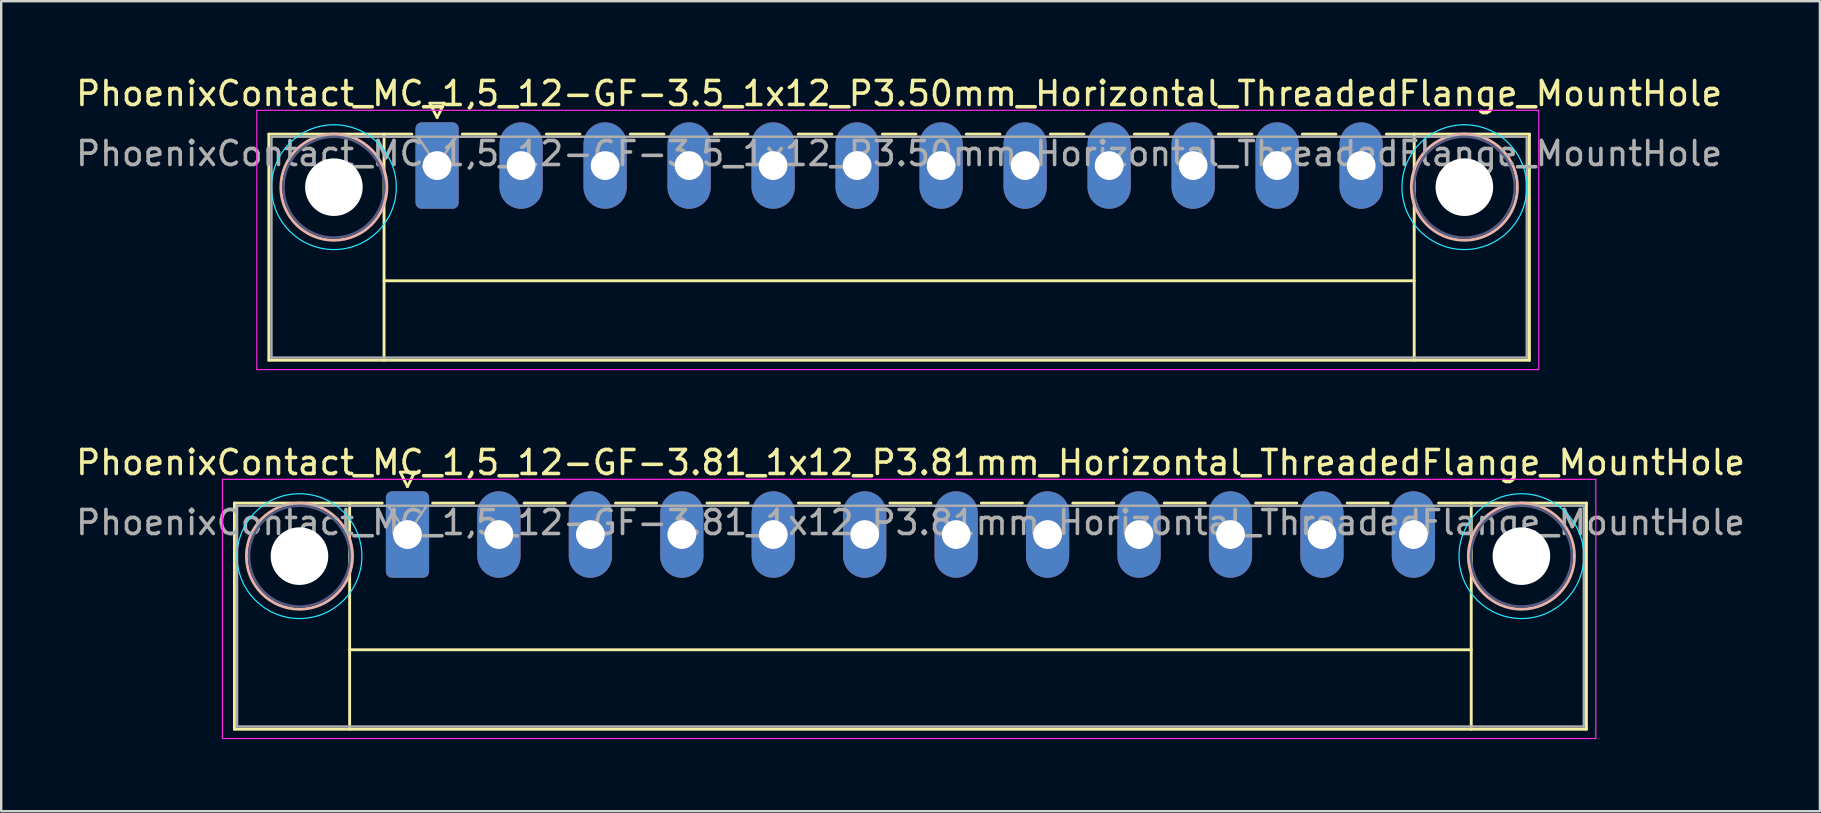
<source format=kicad_pcb>
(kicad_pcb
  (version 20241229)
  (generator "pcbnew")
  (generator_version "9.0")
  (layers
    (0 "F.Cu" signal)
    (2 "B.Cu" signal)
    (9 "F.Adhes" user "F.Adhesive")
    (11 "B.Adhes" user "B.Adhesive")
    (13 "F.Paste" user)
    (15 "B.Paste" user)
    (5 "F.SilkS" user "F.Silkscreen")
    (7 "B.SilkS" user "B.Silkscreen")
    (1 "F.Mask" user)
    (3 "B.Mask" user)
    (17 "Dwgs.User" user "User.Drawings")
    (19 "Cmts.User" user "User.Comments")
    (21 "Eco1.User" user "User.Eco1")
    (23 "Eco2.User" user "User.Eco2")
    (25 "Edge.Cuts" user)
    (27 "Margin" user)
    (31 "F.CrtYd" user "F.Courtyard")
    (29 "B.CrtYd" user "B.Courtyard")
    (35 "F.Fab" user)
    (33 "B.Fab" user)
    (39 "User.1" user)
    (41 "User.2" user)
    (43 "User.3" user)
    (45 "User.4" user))
  (footprint "PhoenixContact_MC_1,5_12-GF-3.81_1x12_P3.81mm_Horizontal_ThreadedFlange_MountHole"
    (layer "F.Cu")
    (at 13.927 19.221)
    (property "Reference" "PhoenixContact_MC_1,5_12-GF-3.81_1x12_P3.81mm_Horizontal_ThreadedFlange_MountHole" (at 20.96 -3 0) (layer "F.SilkS") (effects (font (size 1 1) (thickness 0.15))))
    (attr through_hole)
    (fp_line (start -7.21 -1.31) (end -7.21 8.11) (stroke (width 0.12) (type solid)) (layer "F.SilkS"))
    (fp_line (start -7.21 -1.31) (end -1.05 -1.31) (stroke (width 0.12) (type solid)) (layer "F.SilkS"))
    (fp_line (start -7.21 8.11) (end 49.12 8.11) (stroke (width 0.12) (type solid)) (layer "F.SilkS"))
    (fp_line (start -2.41 -1.31) (end -2.41 8.11) (stroke (width 0.12) (type solid)) (layer "F.SilkS"))
    (fp_line (start -2.41 4.8) (end 44.32 4.8) (stroke (width 0.12) (type solid)) (layer "F.SilkS"))
    (fp_line (start -0.3 -2.6) (end 0.3 -2.6) (stroke (width 0.12) (type solid)) (layer "F.SilkS"))
    (fp_line (start 0 -2) (end -0.3 -2.6) (stroke (width 0.12) (type solid)) (layer "F.SilkS"))
    (fp_line (start 0.3 -2.6) (end 0 -2) (stroke (width 0.12) (type solid)) (layer "F.SilkS"))
    (fp_line (start 1.05 -1.31) (end 2.76 -1.31) (stroke (width 0.12) (type solid)) (layer "F.SilkS"))
    (fp_line (start 4.86 -1.31) (end 6.57 -1.31) (stroke (width 0.12) (type solid)) (layer "F.SilkS"))
    (fp_line (start 8.67 -1.31) (end 10.38 -1.31) (stroke (width 0.12) (type solid)) (layer "F.SilkS"))
    (fp_line (start 12.48 -1.31) (end 14.19 -1.31) (stroke (width 0.12) (type solid)) (layer "F.SilkS"))
    (fp_line (start 16.29 -1.31) (end 18 -1.31) (stroke (width 0.12) (type solid)) (layer "F.SilkS"))
    (fp_line (start 20.1 -1.31) (end 21.81 -1.31) (stroke (width 0.12) (type solid)) (layer "F.SilkS"))
    (fp_line (start 23.91 -1.31) (end 25.62 -1.31) (stroke (width 0.12) (type solid)) (layer "F.SilkS"))
    (fp_line (start 27.72 -1.31) (end 29.43 -1.31) (stroke (width 0.12) (type solid)) (layer "F.SilkS"))
    (fp_line (start 31.53 -1.31) (end 33.24 -1.31) (stroke (width 0.12) (type solid)) (layer "F.SilkS"))
    (fp_line (start 35.34 -1.31) (end 37.05 -1.31) (stroke (width 0.12) (type solid)) (layer "F.SilkS"))
    (fp_line (start 39.15 -1.31) (end 40.86 -1.31) (stroke (width 0.12) (type solid)) (layer "F.SilkS"))
    (fp_line (start 44.32 -1.31) (end 44.32 8.11) (stroke (width 0.12) (type solid)) (layer "F.SilkS"))
    (fp_line (start 49.12 -1.31) (end 42.96 -1.31) (stroke (width 0.12) (type solid)) (layer "F.SilkS"))
    (fp_line (start 49.12 8.11) (end 49.12 -1.31) (stroke (width 0.12) (type solid)) (layer "F.SilkS"))
    (fp_circle (center -4.5 0.9) (end -2.29 0.9) (stroke (width 0.12) (type solid)) (fill no) (layer "B.SilkS"))
    (fp_circle (center 46.41 0.9) (end 48.62 0.9) (stroke (width 0.12) (type solid)) (fill no) (layer "B.SilkS"))
    (fp_circle (center -4.5 0.9) (end -1.9 0.9) (stroke (width 0.05) (type solid)) (fill no) (layer "B.CrtYd"))
    (fp_circle (center 46.41 0.9) (end 49.01 0.9) (stroke (width 0.05) (type solid)) (fill no) (layer "B.CrtYd"))
    (fp_line (start -7.71 -2.3) (end -7.71 8.5) (stroke (width 0.05) (type solid)) (layer "F.CrtYd"))
    (fp_line (start -7.71 8.5) (end 49.51 8.5) (stroke (width 0.05) (type solid)) (layer "F.CrtYd"))
    (fp_line (start 49.51 -2.3) (end -7.71 -2.3) (stroke (width 0.05) (type solid)) (layer "F.CrtYd"))
    (fp_line (start 49.51 8.5) (end 49.51 -2.3) (stroke (width 0.05) (type solid)) (layer "F.CrtYd"))
    (fp_circle (center -4.5 0.9) (end -2.4 0.9) (stroke (width 0.1) (type solid)) (fill no) (layer "B.Fab"))
    (fp_circle (center 46.41 0.9) (end 48.51 0.9) (stroke (width 0.1) (type solid)) (fill no) (layer "B.Fab"))
    (fp_line (start -7.1 -1.2) (end -7.1 8) (stroke (width 0.1) (type solid)) (layer "F.Fab"))
    (fp_line (start -7.1 8) (end 49.01 8) (stroke (width 0.1) (type solid)) (layer "F.Fab"))
    (fp_line (start 0 0) (end -0.8 -1.2) (stroke (width 0.1) (type solid)) (layer "F.Fab"))
    (fp_line (start 0.8 -1.2) (end 0 0) (stroke (width 0.1) (type solid)) (layer "F.Fab"))
    (fp_line (start 49.01 -1.2) (end -7.1 -1.2) (stroke (width 0.1) (type solid)) (layer "F.Fab"))
    (fp_line (start 49.01 8) (end 49.01 -1.2) (stroke (width 0.1) (type solid)) (layer "F.Fab"))
    (fp_text user "${REFERENCE}" (at 20.96 -0.5 0) (layer "F.Fab") (effects (font (size 1 1) (thickness 0.15))))
    (pad "" np_thru_hole circle (at -4.5 0.9) (size 2.4 2.4) (drill 2.4) (layers "*.Cu" "*.Mask"))
    (pad "" np_thru_hole circle (at 46.41 0.9) (size 2.4 2.4) (drill 2.4) (layers "*.Cu" "*.Mask"))
    (pad "1" thru_hole roundrect (at 0 0) (size 1.8 3.6) (drill 1.2) (layers "*.Cu" "*.Mask") (roundrect_rratio 0.139))
    (pad "2" thru_hole oval (at 3.81 0) (size 1.8 3.6) (drill 1.2) (layers "*.Cu" "*.Mask"))
    (pad "3" thru_hole oval (at 7.62 0) (size 1.8 3.6) (drill 1.2) (layers "*.Cu" "*.Mask"))
    (pad "4" thru_hole oval (at 11.43 0) (size 1.8 3.6) (drill 1.2) (layers "*.Cu" "*.Mask"))
    (pad "5" thru_hole oval (at 15.24 0) (size 1.8 3.6) (drill 1.2) (layers "*.Cu" "*.Mask"))
    (pad "6" thru_hole oval (at 19.05 0) (size 1.8 3.6) (drill 1.2) (layers "*.Cu" "*.Mask"))
    (pad "7" thru_hole oval (at 22.86 0) (size 1.8 3.6) (drill 1.2) (layers "*.Cu" "*.Mask"))
    (pad "8" thru_hole oval (at 26.67 0) (size 1.8 3.6) (drill 1.2) (layers "*.Cu" "*.Mask"))
    (pad "9" thru_hole oval (at 30.48 0) (size 1.8 3.6) (drill 1.2) (layers "*.Cu" "*.Mask"))
    (pad "10" thru_hole oval (at 34.29 0) (size 1.8 3.6) (drill 1.2) (layers "*.Cu" "*.Mask"))
    (pad "11" thru_hole oval (at 38.1 0) (size 1.8 3.6) (drill 1.2) (layers "*.Cu" "*.Mask"))
    (pad "12" thru_hole oval (at 41.91 0) (size 1.8 3.6) (drill 1.2) (layers "*.Cu" "*.Mask")))
  (footprint "PhoenixContact_MC_1,5_12-GF-3.5_1x12_P3.50mm_Horizontal_ThreadedFlange_MountHole"
    (layer "F.Cu")
    (at 15.161 3.848)
    (property "Reference" "PhoenixContact_MC_1,5_12-GF-3.5_1x12_P3.50mm_Horizontal_ThreadedFlange_MountHole" (at 19.25 -3 0) (layer "F.SilkS") (effects (font (size 1 1) (thickness 0.15))))
    (attr through_hole)
    (fp_line (start -7.01 -1.31) (end -7.01 8.11) (stroke (width 0.12) (type solid)) (layer "F.SilkS"))
    (fp_line (start -7.01 -1.31) (end -1.05 -1.31) (stroke (width 0.12) (type solid)) (layer "F.SilkS"))
    (fp_line (start -7.01 8.11) (end 45.51 8.11) (stroke (width 0.12) (type solid)) (layer "F.SilkS"))
    (fp_line (start -2.21 -1.31) (end -2.21 8.11) (stroke (width 0.12) (type solid)) (layer "F.SilkS"))
    (fp_line (start -2.21 4.8) (end 40.71 4.8) (stroke (width 0.12) (type solid)) (layer "F.SilkS"))
    (fp_line (start -0.3 -2.6) (end 0.3 -2.6) (stroke (width 0.12) (type solid)) (layer "F.SilkS"))
    (fp_line (start 0 -2) (end -0.3 -2.6) (stroke (width 0.12) (type solid)) (layer "F.SilkS"))
    (fp_line (start 0.3 -2.6) (end 0 -2) (stroke (width 0.12) (type solid)) (layer "F.SilkS"))
    (fp_line (start 1.05 -1.31) (end 2.45 -1.31) (stroke (width 0.12) (type solid)) (layer "F.SilkS"))
    (fp_line (start 4.55 -1.31) (end 5.95 -1.31) (stroke (width 0.12) (type solid)) (layer "F.SilkS"))
    (fp_line (start 8.05 -1.31) (end 9.45 -1.31) (stroke (width 0.12) (type solid)) (layer "F.SilkS"))
    (fp_line (start 11.55 -1.31) (end 12.95 -1.31) (stroke (width 0.12) (type solid)) (layer "F.SilkS"))
    (fp_line (start 15.05 -1.31) (end 16.45 -1.31) (stroke (width 0.12) (type solid)) (layer "F.SilkS"))
    (fp_line (start 18.55 -1.31) (end 19.95 -1.31) (stroke (width 0.12) (type solid)) (layer "F.SilkS"))
    (fp_line (start 22.05 -1.31) (end 23.45 -1.31) (stroke (width 0.12) (type solid)) (layer "F.SilkS"))
    (fp_line (start 25.55 -1.31) (end 26.95 -1.31) (stroke (width 0.12) (type solid)) (layer "F.SilkS"))
    (fp_line (start 29.05 -1.31) (end 30.45 -1.31) (stroke (width 0.12) (type solid)) (layer "F.SilkS"))
    (fp_line (start 32.55 -1.31) (end 33.95 -1.31) (stroke (width 0.12) (type solid)) (layer "F.SilkS"))
    (fp_line (start 36.05 -1.31) (end 37.45 -1.31) (stroke (width 0.12) (type solid)) (layer "F.SilkS"))
    (fp_line (start 40.71 -1.31) (end 40.71 8.11) (stroke (width 0.12) (type solid)) (layer "F.SilkS"))
    (fp_line (start 45.51 -1.31) (end 39.55 -1.31) (stroke (width 0.12) (type solid)) (layer "F.SilkS"))
    (fp_line (start 45.51 8.11) (end 45.51 -1.31) (stroke (width 0.12) (type solid)) (layer "F.SilkS"))
    (fp_circle (center -4.3 0.9) (end -2.09 0.9) (stroke (width 0.12) (type solid)) (fill no) (layer "B.SilkS"))
    (fp_circle (center 42.8 0.9) (end 45.01 0.9) (stroke (width 0.12) (type solid)) (fill no) (layer "B.SilkS"))
    (fp_circle (center -4.3 0.9) (end -1.7 0.9) (stroke (width 0.05) (type solid)) (fill no) (layer "B.CrtYd"))
    (fp_circle (center 42.8 0.9) (end 45.4 0.9) (stroke (width 0.05) (type solid)) (fill no) (layer "B.CrtYd"))
    (fp_line (start -7.51 -2.3) (end -7.51 8.5) (stroke (width 0.05) (type solid)) (layer "F.CrtYd"))
    (fp_line (start -7.51 8.5) (end 45.9 8.5) (stroke (width 0.05) (type solid)) (layer "F.CrtYd"))
    (fp_line (start 45.9 -2.3) (end -7.51 -2.3) (stroke (width 0.05) (type solid)) (layer "F.CrtYd"))
    (fp_line (start 45.9 8.5) (end 45.9 -2.3) (stroke (width 0.05) (type solid)) (layer "F.CrtYd"))
    (fp_circle (center -4.3 0.9) (end -2.2 0.9) (stroke (width 0.1) (type solid)) (fill no) (layer "B.Fab"))
    (fp_circle (center 42.8 0.9) (end 44.9 0.9) (stroke (width 0.1) (type solid)) (fill no) (layer "B.Fab"))
    (fp_line (start -6.9 -1.2) (end -6.9 8) (stroke (width 0.1) (type solid)) (layer "F.Fab"))
    (fp_line (start -6.9 8) (end 45.4 8) (stroke (width 0.1) (type solid)) (layer "F.Fab"))
    (fp_line (start 0 0) (end -0.8 -1.2) (stroke (width 0.1) (type solid)) (layer "F.Fab"))
    (fp_line (start 0.8 -1.2) (end 0 0) (stroke (width 0.1) (type solid)) (layer "F.Fab"))
    (fp_line (start 45.4 -1.2) (end -6.9 -1.2) (stroke (width 0.1) (type solid)) (layer "F.Fab"))
    (fp_line (start 45.4 8) (end 45.4 -1.2) (stroke (width 0.1) (type solid)) (layer "F.Fab"))
    (fp_text user "${REFERENCE}" (at 19.25 -0.5 0) (layer "F.Fab") (effects (font (size 1 1) (thickness 0.15))))
    (pad "" np_thru_hole circle (at -4.3 0.9) (size 2.4 2.4) (drill 2.4) (layers "*.Cu" "*.Mask"))
    (pad "" np_thru_hole circle (at 42.8 0.9) (size 2.4 2.4) (drill 2.4) (layers "*.Cu" "*.Mask"))
    (pad "1" thru_hole roundrect (at 0 0) (size 1.8 3.6) (drill 1.2) (layers "*.Cu" "*.Mask") (roundrect_rratio 0.139))
    (pad "2" thru_hole oval (at 3.5 0) (size 1.8 3.6) (drill 1.2) (layers "*.Cu" "*.Mask"))
    (pad "3" thru_hole oval (at 7 0) (size 1.8 3.6) (drill 1.2) (layers "*.Cu" "*.Mask"))
    (pad "4" thru_hole oval (at 10.5 0) (size 1.8 3.6) (drill 1.2) (layers "*.Cu" "*.Mask"))
    (pad "5" thru_hole oval (at 14 0) (size 1.8 3.6) (drill 1.2) (layers "*.Cu" "*.Mask"))
    (pad "6" thru_hole oval (at 17.5 0) (size 1.8 3.6) (drill 1.2) (layers "*.Cu" "*.Mask"))
    (pad "7" thru_hole oval (at 21 0) (size 1.8 3.6) (drill 1.2) (layers "*.Cu" "*.Mask"))
    (pad "8" thru_hole oval (at 24.5 0) (size 1.8 3.6) (drill 1.2) (layers "*.Cu" "*.Mask"))
    (pad "9" thru_hole oval (at 28 0) (size 1.8 3.6) (drill 1.2) (layers "*.Cu" "*.Mask"))
    (pad "10" thru_hole oval (at 31.5 0) (size 1.8 3.6) (drill 1.2) (layers "*.Cu" "*.Mask"))
    (pad "11" thru_hole oval (at 35 0) (size 1.8 3.6) (drill 1.2) (layers "*.Cu" "*.Mask"))
    (pad "12" thru_hole oval (at 38.5 0) (size 1.8 3.6) (drill 1.2) (layers "*.Cu" "*.Mask")))
  (gr_rect
    (start -3 -3)
    (end 72.774 30.747)
    (stroke (width 0.1) (type default))
    (fill no)
    (layer "Edge.Cuts")))
</source>
